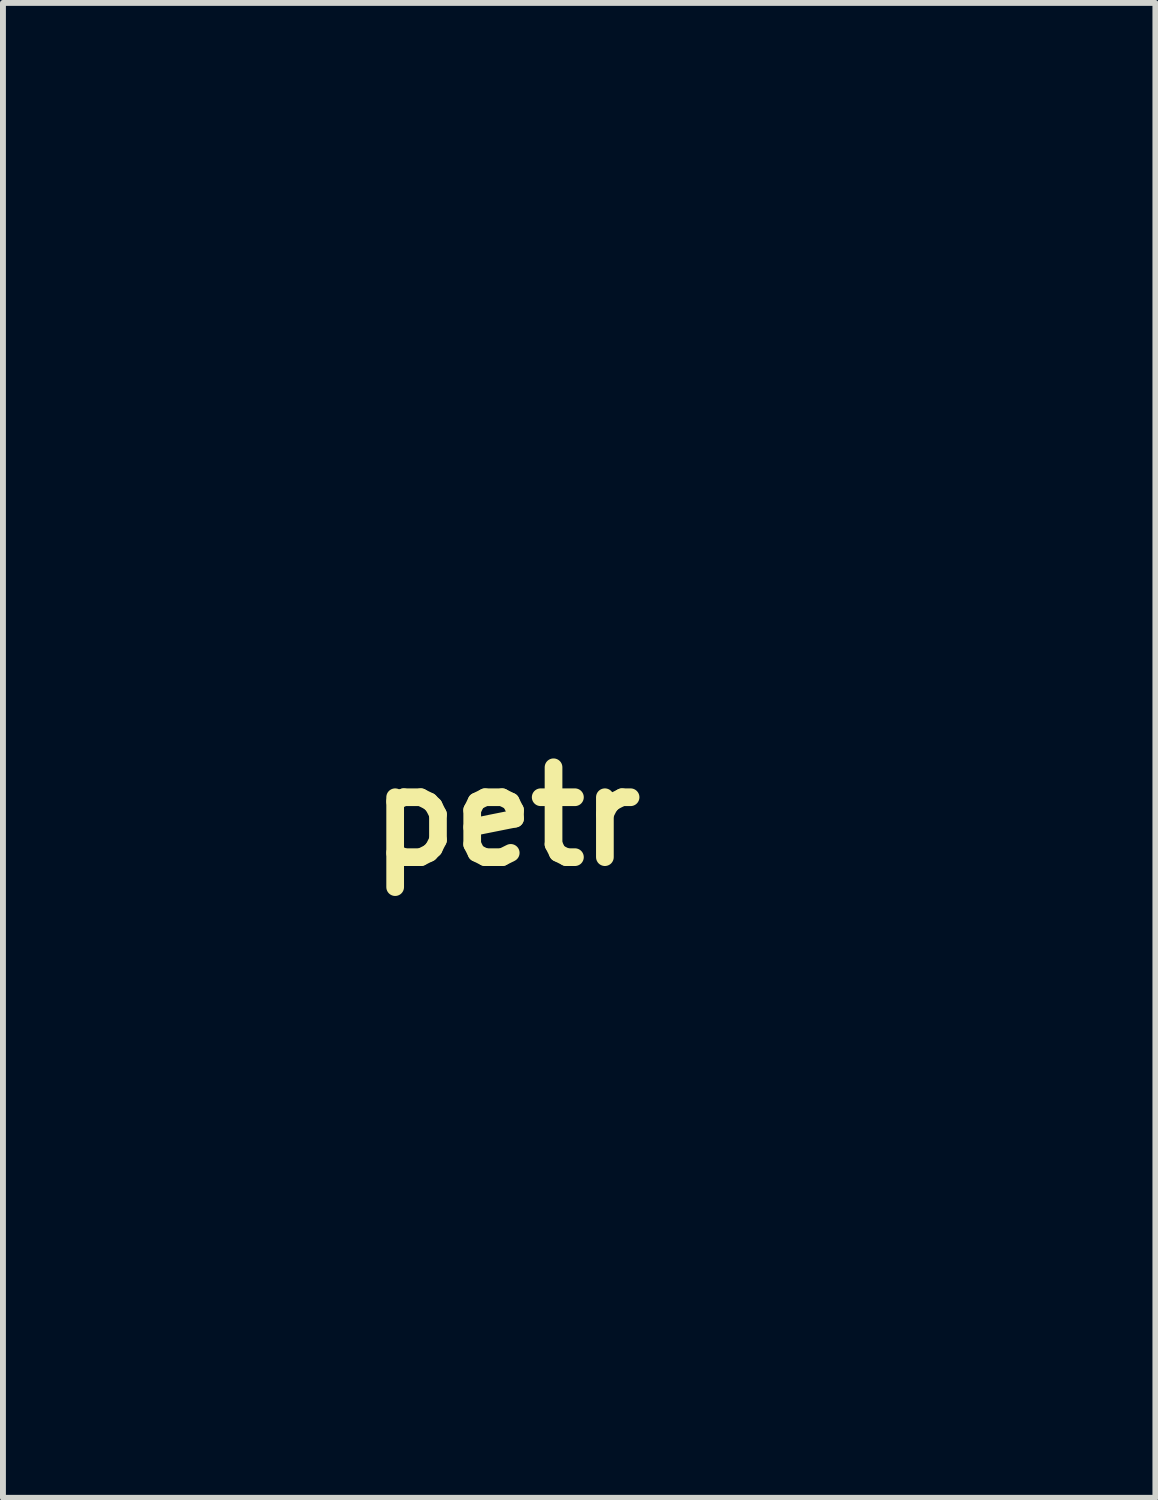
<source format=kicad_pcb>
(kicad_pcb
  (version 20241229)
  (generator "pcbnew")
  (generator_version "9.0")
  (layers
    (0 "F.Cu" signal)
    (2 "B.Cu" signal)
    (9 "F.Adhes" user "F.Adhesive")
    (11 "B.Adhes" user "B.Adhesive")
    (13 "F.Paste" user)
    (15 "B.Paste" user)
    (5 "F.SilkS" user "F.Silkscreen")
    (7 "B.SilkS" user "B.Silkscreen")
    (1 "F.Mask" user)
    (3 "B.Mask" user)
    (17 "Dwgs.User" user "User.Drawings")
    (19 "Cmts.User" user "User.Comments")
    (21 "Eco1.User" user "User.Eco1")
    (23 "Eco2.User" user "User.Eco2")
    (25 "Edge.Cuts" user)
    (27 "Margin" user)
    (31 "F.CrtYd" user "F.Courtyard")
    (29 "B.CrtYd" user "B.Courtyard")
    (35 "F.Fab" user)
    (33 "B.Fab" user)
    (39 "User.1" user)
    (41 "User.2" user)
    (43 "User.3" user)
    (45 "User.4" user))
  (footprint "petr"
    (layer "F.Cu")
    (at 5.537 10.794)
    (property "Reference" "petr" (at 0 0 0) (layer "F.SilkS") (effects (font (size 1.524 1.524) (thickness 0.3))))
    (attr through_hole)
    (fp_poly (pts (xy 1.276 -6.79) (xy 1.326 -6.761) (xy 1.415 -6.667) (xy 1.429 -6.563) (xy 1.395 -6.496) (xy 1.301 -6.44) (xy 1.191 -6.455) (xy 1.125 -6.501) (xy 1.067 -6.579) (xy 1.076 -6.65) (xy 1.107 -6.687) (xy 1.28 -6.687) (xy 1.295 -6.641) (xy 1.327 -6.609) (xy 1.346 -6.64) (xy 1.346 -6.707) (xy 1.338 -6.72) (xy 1.297 -6.729) (xy 1.28 -6.687) (xy 1.107 -6.687) (xy 1.146 -6.734) (xy 1.217 -6.792) (xy 1.276 -6.79)) (stroke (width 0.01) (type solid)) (fill yes) (layer "F.Mask"))
    (fp_poly (pts (xy -1.868 -6.712) (xy -1.8 -6.672) (xy -1.714 -6.599) (xy -1.7 -6.521) (xy -1.737 -6.432) (xy -1.814 -6.362) (xy -1.917 -6.36) (xy -2.008 -6.417) (xy -2.068 -6.511) (xy -2.054 -6.572) (xy -1.887 -6.572) (xy -1.882 -6.558) (xy -1.83 -6.537) (xy -1.817 -6.543) (xy -1.796 -6.594) (xy -1.801 -6.608) (xy -1.853 -6.629) (xy -1.866 -6.623) (xy -1.887 -6.572) (xy -2.054 -6.572) (xy -2.047 -6.603) (xy -1.991 -6.667) (xy -1.925 -6.716) (xy -1.868 -6.712)) (stroke (width 0.01) (type solid)) (fill yes) (layer "F.Mask"))
    (fp_poly (pts (xy 4.593 1.287) (xy 4.675 1.345) (xy 4.7 1.456) (xy 4.669 1.61) (xy 4.618 1.728) (xy 4.551 1.842) (xy 4.447 1.995) (xy 4.324 2.165) (xy 4.196 2.333) (xy 4.079 2.477) (xy 3.989 2.576) (xy 3.971 2.593) (xy 3.87 2.648) (xy 3.758 2.667) (xy 3.674 2.643) (xy 3.669 2.639) (xy 3.644 2.57) (xy 3.643 2.469) (xy 3.664 2.379) (xy 3.687 2.347) (xy 3.74 2.295) (xy 3.826 2.19) (xy 3.931 2.051) (xy 4.044 1.895) (xy 4.149 1.742) (xy 4.235 1.61) (xy 4.288 1.517) (xy 4.292 1.507) (xy 4.381 1.356) (xy 4.488 1.286) (xy 4.593 1.287)) (stroke (width 0.01) (type solid)) (fill yes) (layer "F.Mask"))
    (fp_poly (pts (xy 0.51 -8.433) (xy 0.573 -8.336) (xy 0.573 -8.334) (xy 0.618 -8.273) (xy 0.671 -8.277) (xy 0.751 -8.301) (xy 0.879 -8.333) (xy 0.963 -8.352) (xy 1.1 -8.377) (xy 1.182 -8.375) (xy 1.238 -8.347) (xy 1.255 -8.331) (xy 1.304 -8.231) (xy 1.278 -8.115) (xy 1.181 -7.995) (xy 1.096 -7.93) (xy 0.983 -7.862) (xy 0.909 -7.843) (xy 0.846 -7.864) (xy 0.845 -7.866) (xy 0.734 -7.889) (xy 0.598 -7.852) (xy 0.461 -7.763) (xy 0.453 -7.757) (xy 0.386 -7.713) (xy 0.308 -7.717) (xy 0.241 -7.739) (xy 0.149 -7.767) (xy 0.086 -7.752) (xy 0.017 -7.683) (xy 0 -7.663) (xy -0.111 -7.567) (xy -0.219 -7.538) (xy -0.309 -7.578) (xy -0.337 -7.617) (xy -0.368 -7.687) (xy -0.371 -7.75) (xy -0.337 -7.822) (xy -0.259 -7.92) (xy -0.129 -8.059) (xy -0.116 -8.072) (xy 0.095 -8.274) (xy 0.27 -8.402) (xy 0.409 -8.455) (xy 0.51 -8.433)) (stroke (width 0.01) (type solid)) (fill yes) (layer "F.Mask"))
    (fp_poly (pts (xy 1.111 -7.348) (xy 1.229 -7.318) (xy 1.356 -7.257) (xy 1.513 -7.158) (xy 1.683 -7.039) (xy 1.842 -6.915) (xy 1.938 -6.805) (xy 1.982 -6.686) (xy 1.986 -6.533) (xy 1.978 -6.444) (xy 1.946 -6.295) (xy 1.875 -6.18) (xy 1.804 -6.108) (xy 1.725 -6.04) (xy 1.655 -5.998) (xy 1.569 -5.978) (xy 1.443 -5.971) (xy 1.302 -5.971) (xy 1.079 -5.981) (xy 0.887 -6.013) (xy 0.682 -6.075) (xy 0.614 -6.1) (xy 0.382 -6.199) (xy 0.224 -6.302) (xy 0.129 -6.418) (xy 0.089 -6.557) (xy 0.086 -6.625) (xy 0.091 -6.662) (xy 0.474 -6.662) (xy 0.525 -6.569) (xy 0.644 -6.487) (xy 0.816 -6.421) (xy 1.023 -6.378) (xy 1.25 -6.362) (xy 1.291 -6.363) (xy 1.587 -6.371) (xy 1.6 -6.504) (xy 1.6 -6.577) (xy 1.575 -6.637) (xy 1.508 -6.701) (xy 1.387 -6.787) (xy 1.352 -6.811) (xy 1.198 -6.907) (xy 1.078 -6.96) (xy 0.961 -6.982) (xy 0.882 -6.985) (xy 0.701 -6.958) (xy 0.564 -6.883) (xy 0.485 -6.771) (xy 0.474 -6.662) (xy 0.091 -6.662) (xy 0.115 -6.825) (xy 0.193 -7.017) (xy 0.305 -7.172) (xy 0.382 -7.233) (xy 0.51 -7.285) (xy 0.692 -7.326) (xy 0.825 -7.343) (xy 0.984 -7.354) (xy 1.111 -7.348)) (stroke (width 0.01) (type solid)) (fill yes) (layer "F.Mask"))
    (fp_poly (pts (xy -1.231 -7.276) (xy -1.145 -7.254) (xy -1.065 -7.21) (xy -0.964 -7.135) (xy -0.959 -7.132) (xy -0.779 -6.955) (xy -0.669 -6.763) (xy -0.629 -6.569) (xy -0.658 -6.384) (xy -0.754 -6.222) (xy -0.917 -6.094) (xy -1.049 -6.038) (xy -1.407 -5.947) (xy -1.784 -5.894) (xy -2.011 -5.884) (xy -2.162 -5.889) (xy -2.26 -5.91) (xy -2.335 -5.956) (xy -2.388 -6.007) (xy -2.462 -6.105) (xy -2.504 -6.221) (xy -2.508 -6.252) (xy -2.165 -6.252) (xy -1.813 -6.278) (xy -1.612 -6.299) (xy -1.412 -6.331) (xy -1.251 -6.367) (xy -1.238 -6.371) (xy -1.109 -6.415) (xy -1.042 -6.457) (xy -1.018 -6.512) (xy -1.016 -6.55) (xy -1.047 -6.661) (xy -1.124 -6.776) (xy -1.13 -6.782) (xy -1.204 -6.849) (xy -1.283 -6.884) (xy -1.395 -6.898) (xy -1.507 -6.9) (xy -1.666 -6.895) (xy -1.779 -6.87) (xy -1.882 -6.813) (xy -1.955 -6.761) (xy -2.065 -6.668) (xy -2.123 -6.586) (xy -2.147 -6.483) (xy -2.151 -6.437) (xy -2.165 -6.252) (xy -2.508 -6.252) (xy -2.525 -6.377) (xy -2.523 -6.588) (xy -2.472 -6.759) (xy -2.362 -6.909) (xy -2.182 -7.058) (xy -2.139 -7.088) (xy -2.008 -7.173) (xy -1.904 -7.225) (xy -1.796 -7.254) (xy -1.655 -7.268) (xy -1.525 -7.274) (xy -1.349 -7.28) (xy -1.231 -7.276)) (stroke (width 0.01) (type solid)) (fill yes) (layer "F.Mask"))
    (fp_poly (pts (xy -0.712 -10.787) (xy -0.581 -10.714) (xy -0.553 -10.683) (xy -0.49 -10.563) (xy -0.469 -10.408) (xy -0.491 -10.205) (xy -0.533 -10.018) (xy -0.563 -9.838) (xy -0.58 -9.592) (xy -0.584 -9.299) (xy -0.575 -8.975) (xy -0.554 -8.639) (xy -0.521 -8.308) (xy -0.504 -8.18) (xy -0.479 -7.993) (xy -0.469 -7.871) (xy -0.474 -7.795) (xy -0.494 -7.747) (xy -0.517 -7.72) (xy -0.612 -7.673) (xy -0.717 -7.685) (xy -0.798 -7.747) (xy -0.821 -7.801) (xy -0.921 -8.471) (xy -0.965 -9.087) (xy -0.952 -9.659) (xy -0.882 -10.195) (xy -0.861 -10.302) (xy -0.835 -10.422) (xy -0.962 -10.357) (xy -1.1 -10.263) (xy -1.272 -10.113) (xy -1.466 -9.921) (xy -1.669 -9.7) (xy -1.868 -9.465) (xy -2.052 -9.231) (xy -2.207 -9.011) (xy -2.321 -8.819) (xy -2.329 -8.803) (xy -2.409 -8.624) (xy -2.467 -8.455) (xy -2.499 -8.312) (xy -2.501 -8.212) (xy -2.471 -8.171) (xy -2.466 -8.171) (xy -2.402 -8.201) (xy -2.298 -8.281) (xy -2.17 -8.395) (xy -2.033 -8.529) (xy -1.902 -8.667) (xy -1.793 -8.795) (xy -1.726 -8.89) (xy -1.635 -9.028) (xy -1.559 -9.104) (xy -1.48 -9.135) (xy -1.468 -9.136) (xy -1.383 -9.141) (xy -1.32 -9.125) (xy -1.277 -9.076) (xy -1.25 -8.985) (xy -1.235 -8.841) (xy -1.229 -8.631) (xy -1.228 -8.4) (xy -1.225 -8.149) (xy -1.217 -7.947) (xy -1.205 -7.804) (xy -1.19 -7.732) (xy -1.185 -7.726) (xy -1.146 -7.659) (xy -1.157 -7.562) (xy -1.21 -7.475) (xy -1.312 -7.413) (xy -1.412 -7.435) (xy -1.421 -7.441) (xy -1.518 -7.539) (xy -1.578 -7.682) (xy -1.605 -7.883) (xy -1.609 -8.01) (xy -1.612 -8.165) (xy -1.62 -8.281) (xy -1.631 -8.337) (xy -1.634 -8.34) (xy -1.677 -8.314) (xy -1.762 -8.247) (xy -1.851 -8.171) (xy -2.099 -7.968) (xy -2.308 -7.832) (xy -2.475 -7.763) (xy -2.56 -7.756) (xy -2.68 -7.807) (xy -2.779 -7.926) (xy -2.848 -8.095) (xy -2.878 -8.297) (xy -2.878 -8.322) (xy -2.844 -8.552) (xy -2.745 -8.82) (xy -2.584 -9.12) (xy -2.369 -9.442) (xy -2.103 -9.779) (xy -1.791 -10.124) (xy -1.537 -10.377) (xy -1.296 -10.582) (xy -1.075 -10.72) (xy -0.878 -10.789) (xy -0.712 -10.787)) (stroke (width 0.01) (type solid)) (fill yes) (layer "F.Mask"))
    (fp_poly (pts (xy 3.4 -10.387) (xy 3.562 -10.312) (xy 3.661 -10.198) (xy 3.691 -10.054) (xy 3.645 -9.888) (xy 3.588 -9.794) (xy 3.512 -9.692) (xy 3.409 -9.553) (xy 3.307 -9.419) (xy 3.125 -9.141) (xy 2.941 -8.784) (xy 2.76 -8.357) (xy 2.644 -8.043) (xy 2.539 -7.771) (xy 2.441 -7.582) (xy 2.35 -7.476) (xy 2.284 -7.451) (xy 2.23 -7.477) (xy 2.183 -7.517) (xy 2.144 -7.565) (xy 2.125 -7.621) (xy 2.129 -7.699) (xy 2.158 -7.815) (xy 2.214 -7.985) (xy 2.267 -8.135) (xy 2.451 -8.614) (xy 2.631 -9.019) (xy 2.812 -9.357) (xy 2.998 -9.637) (xy 3.121 -9.79) (xy 3.201 -9.89) (xy 3.251 -9.967) (xy 3.26 -9.991) (xy 3.223 -10.024) (xy 3.122 -10.025) (xy 2.967 -9.999) (xy 2.771 -9.95) (xy 2.546 -9.881) (xy 2.302 -9.796) (xy 2.053 -9.7) (xy 1.809 -9.597) (xy 1.582 -9.491) (xy 1.385 -9.385) (xy 1.25 -9.299) (xy 1.1 -9.181) (xy 0.971 -9.057) (xy 0.875 -8.941) (xy 0.825 -8.849) (xy 0.826 -8.804) (xy 0.874 -8.798) (xy 0.982 -8.81) (xy 1.128 -8.835) (xy 1.291 -8.869) (xy 1.449 -8.908) (xy 1.582 -8.947) (xy 1.66 -8.979) (xy 1.769 -9.045) (xy 1.858 -9.108) (xy 1.991 -9.172) (xy 2.132 -9.18) (xy 2.249 -9.131) (xy 2.262 -9.12) (xy 2.32 -9.018) (xy 2.318 -8.913) (xy 2.289 -8.867) (xy 2.241 -8.798) (xy 2.17 -8.673) (xy 2.085 -8.512) (xy 1.996 -8.332) (xy 1.912 -8.153) (xy 1.841 -7.994) (xy 1.794 -7.873) (xy 1.778 -7.812) (xy 1.745 -7.694) (xy 1.663 -7.606) (xy 1.572 -7.578) (xy 1.467 -7.611) (xy 1.408 -7.705) (xy 1.397 -7.847) (xy 1.433 -8.026) (xy 1.517 -8.231) (xy 1.544 -8.283) (xy 1.611 -8.413) (xy 1.65 -8.508) (xy 1.655 -8.551) (xy 1.653 -8.551) (xy 1.594 -8.543) (xy 1.479 -8.52) (xy 1.347 -8.491) (xy 1.161 -8.453) (xy 0.967 -8.419) (xy 0.859 -8.403) (xy 0.723 -8.39) (xy 0.637 -8.402) (xy 0.568 -8.447) (xy 0.531 -8.482) (xy 0.439 -8.628) (xy 0.421 -8.8) (xy 0.473 -8.99) (xy 0.592 -9.192) (xy 0.774 -9.396) (xy 1.014 -9.597) (xy 1.113 -9.665) (xy 1.306 -9.778) (xy 1.551 -9.898) (xy 1.83 -10.019) (xy 2.126 -10.134) (xy 2.421 -10.237) (xy 2.698 -10.322) (xy 2.941 -10.382) (xy 3.131 -10.412) (xy 3.179 -10.414) (xy 3.4 -10.387)) (stroke (width 0.01) (type solid)) (fill yes) (layer "F.Mask"))
    (fp_poly (pts (xy 2.994 -6.393) (xy 3.094 -6.266) (xy 3.202 -6.056) (xy 3.243 -5.957) (xy 3.34 -5.755) (xy 3.459 -5.561) (xy 3.545 -5.449) (xy 3.651 -5.319) (xy 3.707 -5.215) (xy 3.725 -5.109) (xy 3.725 -5.083) (xy 3.692 -4.904) (xy 3.593 -4.777) (xy 3.433 -4.708) (xy 3.413 -4.704) (xy 3.254 -4.678) (xy 3.362 -4.53) (xy 3.491 -4.336) (xy 3.561 -4.179) (xy 3.578 -4.041) (xy 3.558 -3.927) (xy 3.502 -3.806) (xy 3.411 -3.73) (xy 3.269 -3.692) (xy 3.088 -3.683) (xy 2.963 -3.68) (xy 2.902 -3.663) (xy 2.881 -3.617) (xy 2.879 -3.556) (xy 2.879 -3.429) (xy 3.186 -3.428) (xy 3.387 -3.419) (xy 3.6 -3.394) (xy 3.747 -3.366) (xy 3.889 -3.334) (xy 4.002 -3.311) (xy 4.052 -3.304) (xy 4.087 -3.339) (xy 4.151 -3.439) (xy 4.24 -3.591) (xy 4.345 -3.785) (xy 4.46 -4.007) (xy 4.462 -4.011) (xy 4.64 -4.356) (xy 4.795 -4.632) (xy 4.933 -4.848) (xy 5.065 -5.014) (xy 5.198 -5.139) (xy 5.341 -5.232) (xy 5.502 -5.303) (xy 5.687 -5.359) (xy 5.942 -5.409) (xy 6.174 -5.408) (xy 6.417 -5.354) (xy 6.593 -5.29) (xy 6.921 -5.135) (xy 7.185 -4.953) (xy 7.403 -4.73) (xy 7.487 -4.617) (xy 7.624 -4.414) (xy 7.732 -4.225) (xy 7.816 -4.037) (xy 7.879 -3.836) (xy 7.924 -3.608) (xy 7.955 -3.339) (xy 7.975 -3.016) (xy 7.988 -2.624) (xy 7.989 -2.553) (xy 7.996 -2.229) (xy 7.998 -1.974) (xy 7.996 -1.773) (xy 7.989 -1.611) (xy 7.977 -1.471) (xy 7.957 -1.339) (xy 7.93 -1.2) (xy 7.918 -1.141) (xy 7.803 -0.661) (xy 7.671 -0.207) (xy 7.525 0.21) (xy 7.371 0.578) (xy 7.213 0.884) (xy 7.066 1.105) (xy 6.989 1.219) (xy 6.963 1.319) (xy 6.971 1.409) (xy 6.961 1.6) (xy 6.878 1.793) (xy 6.731 1.976) (xy 6.532 2.139) (xy 6.291 2.271) (xy 6.052 2.353) (xy 5.796 2.397) (xy 5.589 2.382) (xy 5.417 2.304) (xy 5.318 2.219) (xy 5.179 2.076) (xy 5.086 2.242) (xy 4.997 2.372) (xy 4.888 2.492) (xy 4.779 2.582) (xy 4.691 2.624) (xy 4.681 2.625) (xy 4.609 2.592) (xy 4.534 2.519) (xy 4.49 2.44) (xy 4.487 2.423) (xy 4.514 2.365) (xy 4.581 2.276) (xy 4.616 2.236) (xy 4.717 2.101) (xy 4.826 1.914) (xy 4.93 1.706) (xy 4.97 1.609) (xy 5.48 1.609) (xy 5.486 1.779) (xy 5.552 1.917) (xy 5.664 2.007) (xy 5.779 2.032) (xy 5.923 2.015) (xy 6.072 1.972) (xy 6.084 1.968) (xy 6.237 1.887) (xy 6.385 1.783) (xy 6.507 1.671) (xy 6.585 1.568) (xy 6.604 1.508) (xy 6.577 1.422) (xy 6.509 1.308) (xy 6.455 1.238) (xy 6.368 1.141) (xy 6.299 1.091) (xy 6.217 1.077) (xy 6.087 1.085) (xy 6.064 1.087) (xy 5.895 1.107) (xy 5.733 1.134) (xy 5.662 1.149) (xy 5.558 1.183) (xy 5.513 1.233) (xy 5.503 1.325) (xy 5.496 1.467) (xy 5.48 1.609) (xy 4.97 1.609) (xy 5.013 1.506) (xy 5.059 1.347) (xy 5.065 1.199) (xy 5.021 1.094) (xy 4.973 0.971) (xy 4.953 0.788) (xy 4.953 0.761) (xy 5.343 0.761) (xy 5.344 0.79) (xy 5.415 0.797) (xy 5.493 0.786) (xy 5.603 0.77) (xy 5.77 0.752) (xy 5.97 0.733) (xy 6.101 0.723) (xy 6.334 0.703) (xy 6.493 0.682) (xy 6.59 0.658) (xy 6.637 0.628) (xy 6.646 0.601) (xy 6.607 0.589) (xy 6.503 0.585) (xy 6.351 0.589) (xy 6.171 0.6) (xy 5.98 0.615) (xy 5.797 0.634) (xy 5.641 0.655) (xy 5.535 0.677) (xy 5.408 0.72) (xy 5.343 0.761) (xy 4.953 0.761) (xy 4.953 0.756) (xy 4.958 0.61) (xy 4.981 0.52) (xy 5.03 0.455) (xy 5.065 0.426) (xy 5.157 0.366) (xy 5.229 0.339) (xy 5.232 0.339) (xy 5.281 0.301) (xy 5.312 0.204) (xy 5.322 0.071) (xy 5.309 -0.073) (xy 5.292 -0.142) (xy 5.23 -0.31) (xy 5.134 -0.523) (xy 5.016 -0.757) (xy 4.889 -0.986) (xy 4.8 -1.132) (xy 4.713 -1.251) (xy 4.583 -1.408) (xy 4.428 -1.582) (xy 4.273 -1.745) (xy 3.888 -2.136) (xy 3.733 -1.946) (xy 3.626 -1.82) (xy 3.524 -1.704) (xy 3.476 -1.654) (xy 3.443 -1.618) (xy 3.418 -1.58) (xy 3.4 -1.528) (xy 3.389 -1.45) (xy 3.382 -1.335) (xy 3.38 -1.17) (xy 3.381 -0.945) (xy 3.383 -0.647) (xy 3.383 -0.636) (xy 3.384 -0.258) (xy 3.379 0.052) (xy 3.367 0.309) (xy 3.347 0.529) (xy 3.323 0.7) (xy 3.277 0.996) (xy 3.239 1.278) (xy 3.209 1.533) (xy 3.188 1.751) (xy 3.178 1.919) (xy 3.179 2.027) (xy 3.194 2.062) (xy 3.194 2.062) (xy 3.237 2.023) (xy 3.311 1.93) (xy 3.401 1.803) (xy 3.418 1.778) (xy 3.536 1.602) (xy 3.621 1.489) (xy 3.685 1.427) (xy 3.74 1.406) (xy 3.797 1.417) (xy 3.83 1.431) (xy 3.909 1.491) (xy 3.932 1.58) (xy 3.898 1.709) (xy 3.809 1.886) (xy 3.715 2.039) (xy 3.616 2.169) (xy 3.497 2.294) (xy 3.341 2.431) (xy 3.132 2.594) (xy 3.102 2.617) (xy 2.938 2.748) (xy 2.785 2.88) (xy 2.666 2.995) (xy 2.624 3.042) (xy 2.504 3.173) (xy 2.364 3.299) (xy 2.328 3.327) (xy 2.23 3.412) (xy 2.169 3.49) (xy 2.16 3.519) (xy 2.179 3.586) (xy 2.229 3.705) (xy 2.303 3.858) (xy 2.347 3.943) (xy 2.495 4.266) (xy 2.576 4.553) (xy 2.58 4.572) (xy 2.607 4.814) (xy 2.621 5.095) (xy 2.622 5.389) (xy 2.611 5.671) (xy 2.587 5.916) (xy 2.559 6.066) (xy 2.524 6.218) (xy 2.514 6.32) (xy 2.529 6.406) (xy 2.558 6.485) (xy 2.61 6.591) (xy 2.657 6.66) (xy 2.666 6.667) (xy 2.695 6.724) (xy 2.709 6.826) (xy 2.709 6.839) (xy 2.709 6.899) (xy 2.715 6.942) (xy 2.741 6.969) (xy 2.799 6.985) (xy 2.901 6.991) (xy 3.06 6.991) (xy 3.288 6.987) (xy 3.355 6.986) (xy 3.572 6.983) (xy 3.725 6.987) (xy 3.833 6.999) (xy 3.916 7.023) (xy 3.996 7.062) (xy 4.033 7.083) (xy 4.214 7.201) (xy 4.33 7.312) (xy 4.395 7.439) (xy 4.421 7.605) (xy 4.424 7.726) (xy 4.412 7.939) (xy 4.369 8.097) (xy 4.279 8.221) (xy 4.131 8.331) (xy 3.981 8.414) (xy 3.871 8.469) (xy 3.78 8.507) (xy 3.689 8.53) (xy 3.578 8.543) (xy 3.428 8.547) (xy 3.219 8.547) (xy 3.137 8.546) (xy 2.898 8.541) (xy 2.665 8.533) (xy 2.464 8.522) (xy 2.319 8.509) (xy 2.312 8.508) (xy 2.126 8.47) (xy 1.925 8.408) (xy 1.825 8.367) (xy 1.665 8.295) (xy 1.508 8.228) (xy 1.427 8.194) (xy 1.317 8.132) (xy 1.235 8.038) (xy 1.181 7.904) (xy 1.152 7.722) (xy 1.149 7.55) (xy 1.531 7.55) (xy 1.532 7.681) (xy 1.54 7.764) (xy 1.582 7.845) (xy 1.632 7.874) (xy 1.703 7.892) (xy 1.819 7.94) (xy 1.917 7.986) (xy 2.062 8.05) (xy 2.221 8.097) (xy 2.409 8.13) (xy 2.642 8.15) (xy 2.936 8.161) (xy 3.111 8.164) (xy 3.347 8.163) (xy 3.518 8.156) (xy 3.644 8.138) (xy 3.745 8.109) (xy 3.796 8.088) (xy 3.957 7.988) (xy 4.041 7.863) (xy 4.057 7.703) (xy 4.056 7.696) (xy 4.002 7.551) (xy 3.877 7.445) (xy 3.685 7.38) (xy 3.429 7.357) (xy 3.179 7.371) (xy 2.929 7.382) (xy 2.65 7.367) (xy 2.365 7.331) (xy 2.098 7.277) (xy 1.872 7.21) (xy 1.741 7.15) (xy 1.646 7.101) (xy 1.588 7.081) (xy 1.581 7.083) (xy 1.564 7.139) (xy 1.549 7.252) (xy 1.538 7.398) (xy 1.531 7.55) (xy 1.149 7.55) (xy 1.148 7.482) (xy 1.166 7.177) (xy 1.203 6.829) (xy 1.235 6.594) (xy 1.238 6.579) (xy 1.611 6.579) (xy 1.634 6.625) (xy 1.72 6.693) (xy 1.863 6.777) (xy 1.864 6.778) (xy 2.023 6.851) (xy 2.157 6.893) (xy 2.25 6.899) (xy 2.286 6.867) (xy 2.286 6.866) (xy 2.249 6.806) (xy 2.152 6.735) (xy 2.018 6.665) (xy 1.87 6.606) (xy 1.729 6.569) (xy 1.658 6.562) (xy 1.611 6.579) (xy 1.238 6.579) (xy 1.268 6.428) (xy 1.306 6.315) (xy 1.349 6.241) (xy 1.383 6.193) (xy 1.406 6.138) (xy 1.423 6.062) (xy 1.432 5.951) (xy 1.437 5.79) (xy 1.439 5.566) (xy 1.439 5.416) (xy 1.436 5.081) (xy 1.424 4.813) (xy 1.401 4.595) (xy 1.364 4.409) (xy 1.31 4.239) (xy 1.237 4.067) (xy 1.21 4.011) (xy 1.103 3.794) (xy 1.545 3.794) (xy 1.549 3.805) (xy 1.63 3.998) (xy 1.692 4.164) (xy 1.737 4.32) (xy 1.768 4.483) (xy 1.788 4.671) (xy 1.801 4.902) (xy 1.809 5.193) (xy 1.812 5.326) (xy 1.817 5.616) (xy 1.822 5.833) (xy 1.83 5.988) (xy 1.839 6.093) (xy 1.853 6.158) (xy 1.873 6.194) (xy 1.9 6.215) (xy 1.919 6.223) (xy 2.029 6.252) (xy 2.105 6.223) (xy 2.16 6.126) (xy 2.19 6.032) (xy 2.216 5.886) (xy 2.232 5.681) (xy 2.236 5.407) (xy 2.233 5.179) (xy 2.219 4.537) (xy 2.043 4.184) (xy 1.939 3.978) (xy 1.862 3.836) (xy 1.802 3.75) (xy 1.751 3.706) (xy 1.699 3.696) (xy 1.636 3.706) (xy 1.554 3.741) (xy 1.545 3.794) (xy 1.103 3.794) (xy 1.079 3.747) (xy 0.576 3.717) (xy 0.267 3.695) (xy 0.018 3.666) (xy -0.193 3.625) (xy -0.39 3.568) (xy -0.596 3.49) (xy -0.677 3.456) (xy -0.837 3.387) (xy -0.943 3.35) (xy -1.017 3.34) (xy -1.082 3.354) (xy -1.147 3.382) (xy -1.211 3.421) (xy -1.272 3.481) (xy -1.34 3.574) (xy -1.423 3.714) (xy -1.53 3.914) (xy -1.576 4.001) (xy -1.79 4.444) (xy -1.951 4.845) (xy -2.065 5.222) (xy -2.138 5.593) (xy -2.162 5.795) (xy -2.181 5.987) (xy -2.2 6.153) (xy -2.217 6.271) (xy -2.225 6.315) (xy -2.223 6.388) (xy -2.204 6.412) (xy -2.133 6.494) (xy -2.076 6.628) (xy -2.045 6.779) (xy -2.046 6.889) (xy -2.104 7.272) (xy -2.157 7.58) (xy -2.208 7.822) (xy -2.262 8.007) (xy -2.32 8.144) (xy -2.386 8.243) (xy -2.463 8.312) (xy -2.554 8.36) (xy -2.555 8.36) (xy -2.718 8.408) (xy -2.945 8.449) (xy -3.219 8.479) (xy -3.518 8.499) (xy -3.823 8.504) (xy -3.958 8.502) (xy -4.277 8.482) (xy -4.528 8.442) (xy -4.727 8.374) (xy -4.892 8.273) (xy -5.037 8.132) (xy -5.085 8.075) (xy -5.18 7.943) (xy -5.23 7.837) (xy -5.248 7.721) (xy -5.248 7.709) (xy -4.856 7.709) (xy -4.789 7.837) (xy -4.658 7.956) (xy -4.469 8.056) (xy -4.389 8.085) (xy -4.226 8.127) (xy -4.044 8.15) (xy -3.828 8.152) (xy -3.564 8.134) (xy -3.238 8.097) (xy -3.111 8.08) (xy -2.943 8.053) (xy -2.8 8.024) (xy -2.71 7.999) (xy -2.7 7.995) (xy -2.636 7.919) (xy -2.58 7.763) (xy -2.532 7.523) (xy -2.524 7.469) (xy -2.499 7.297) (xy -2.996 7.243) (xy -3.274 7.215) (xy -3.489 7.197) (xy -3.665 7.191) (xy -3.822 7.195) (xy -3.981 7.21) (xy -4.166 7.235) (xy -4.378 7.272) (xy -4.529 7.312) (xy -4.644 7.364) (xy -4.744 7.438) (xy -4.773 7.463) (xy -4.853 7.581) (xy -4.856 7.709) (xy -5.248 7.709) (xy -5.249 7.656) (xy -5.241 7.496) (xy -5.205 7.376) (xy -5.128 7.27) (xy -4.997 7.151) (xy -4.954 7.117) (xy -4.803 7.013) (xy -4.652 6.948) (xy -4.459 6.904) (xy -4.187 6.857) (xy -3.986 6.821) (xy -3.852 6.792) (xy -3.271 6.792) (xy -3.271 6.795) (xy -3.228 6.823) (xy -3.124 6.849) (xy -2.982 6.871) (xy -2.824 6.886) (xy -2.671 6.894) (xy -2.545 6.891) (xy -2.469 6.877) (xy -2.455 6.863) (xy -2.484 6.807) (xy -2.515 6.777) (xy -2.579 6.755) (xy -2.695 6.743) (xy -2.841 6.738) (xy -2.994 6.742) (xy -3.131 6.752) (xy -3.231 6.769) (xy -3.271 6.792) (xy -3.852 6.792) (xy -3.845 6.79) (xy -3.751 6.762) (xy -3.693 6.732) (xy -3.657 6.695) (xy -3.632 6.649) (xy -3.621 6.622) (xy -3.559 6.515) (xy -3.485 6.442) (xy -3.48 6.44) (xy -3.443 6.409) (xy -3.416 6.355) (xy -3.414 6.345) (xy -3.017 6.345) (xy -2.832 6.358) (xy -2.712 6.362) (xy -2.632 6.355) (xy -2.618 6.35) (xy -2.604 6.302) (xy -2.585 6.187) (xy -2.565 6.021) (xy -2.545 5.822) (xy -2.544 5.812) (xy -2.504 5.482) (xy -2.448 5.174) (xy -2.388 4.944) (xy -2.321 4.754) (xy -2.224 4.516) (xy -2.107 4.251) (xy -1.98 3.978) (xy -1.852 3.718) (xy -1.733 3.49) (xy -1.631 3.315) (xy -1.601 3.27) (xy -1.536 3.176) (xy -1.506 3.113) (xy -1.517 3.062) (xy -1.576 3.003) (xy -1.692 2.916) (xy -1.742 2.878) (xy -1.854 2.794) (xy -2.103 3.186) (xy -2.31 3.529) (xy -2.469 3.84) (xy -2.59 4.144) (xy -2.686 4.469) (xy -2.734 4.678) (xy -2.781 4.879) (xy -2.837 5.094) (xy -2.878 5.236) (xy -2.918 5.4) (xy -2.954 5.611) (xy -2.981 5.835) (xy -2.988 5.922) (xy -3.017 6.345) (xy -3.414 6.345) (xy -3.397 6.262) (xy -3.381 6.114) (xy -3.367 5.919) (xy -3.347 5.695) (xy -3.316 5.471) (xy -3.281 5.28) (xy -3.258 5.187) (xy -3.211 5.023) (xy -3.157 4.814) (xy -3.105 4.6) (xy -3.094 4.551) (xy -2.966 4.081) (xy -2.796 3.645) (xy -2.572 3.216) (xy -2.371 2.896) (xy -2.123 2.526) (xy -2.223 2.396) (xy -2.372 2.148) (xy -2.501 1.831) (xy -2.606 1.457) (xy -2.683 1.039) (xy -2.73 0.59) (xy -2.738 0.423) (xy -2.74 0.191) (xy -2.37 0.191) (xy -2.339 0.788) (xy -2.245 1.335) (xy -2.095 1.821) (xy -2.032 1.971) (xy -1.961 2.093) (xy -1.866 2.212) (xy -1.729 2.351) (xy -1.663 2.414) (xy -1.482 2.577) (xy -1.323 2.705) (xy -1.163 2.811) (xy -0.979 2.911) (xy -0.75 3.017) (xy -0.593 3.085) (xy -0.369 3.173) (xy -0.16 3.238) (xy 0.055 3.284) (xy 0.296 3.314) (xy 0.581 3.331) (xy 0.93 3.338) (xy 0.953 3.338) (xy 1.201 3.338) (xy 1.383 3.333) (xy 1.515 3.321) (xy 1.617 3.301) (xy 1.705 3.269) (xy 1.729 3.259) (xy 1.996 3.104) (xy 2.244 2.887) (xy 2.457 2.636) (xy 2.601 2.42) (xy 2.702 2.2) (xy 2.769 1.95) (xy 2.812 1.644) (xy 2.815 1.609) (xy 2.834 1.433) (xy 2.863 1.207) (xy 2.897 0.962) (xy 2.925 0.783) (xy 2.96 0.528) (xy 2.984 0.261) (xy 2.999 -0.04) (xy 3.005 -0.396) (xy 3.006 -0.566) (xy 3.006 -1.407) (xy 2.89 -1.331) (xy 2.813 -1.286) (xy 2.677 -1.211) (xy 2.497 -1.116) (xy 2.291 -1.008) (xy 2.181 -0.952) (xy 1.962 -0.839) (xy 1.756 -0.733) (xy 1.581 -0.642) (xy 1.455 -0.576) (xy 1.418 -0.557) (xy 1.278 -0.488) (xy 1.104 -0.413) (xy 0.918 -0.34) (xy 0.743 -0.277) (xy 0.599 -0.231) (xy 0.509 -0.212) (xy 0.503 -0.212) (xy 0.404 -0.234) (xy 0.327 -0.272) (xy 0.25 -0.308) (xy 0.117 -0.361) (xy -0.055 -0.423) (xy -0.243 -0.488) (xy -0.427 -0.548) (xy -0.588 -0.597) (xy -0.704 -0.628) (xy -0.748 -0.635) (xy -0.812 -0.647) (xy -0.936 -0.68) (xy -1.098 -0.729) (xy -1.197 -0.76) (xy -1.551 -0.872) (xy -1.838 -0.961) (xy -2.056 -1.027) (xy -2.202 -1.067) (xy -2.271 -1.082) (xy -2.277 -1.081) (xy -2.293 -1.027) (xy -2.31 -0.905) (xy -2.328 -0.731) (xy -2.343 -0.522) (xy -2.356 -0.294) (xy -2.366 -0.064) (xy -2.37 0.151) (xy -2.37 0.191) (xy -2.74 0.191) (xy -2.743 -0.152) (xy -2.71 -0.671) (xy -2.637 -1.158) (xy -2.52 -1.634) (xy -2.475 -1.782) (xy -2.469 -1.83) (xy -2.503 -1.854) (xy -2.595 -1.862) (xy -2.659 -1.863) (xy -2.963 -1.824) (xy -3.254 -1.714) (xy -3.512 -1.543) (xy -3.718 -1.323) (xy -3.761 -1.258) (xy -3.811 -1.152) (xy -3.873 -0.989) (xy -3.938 -0.79) (xy -4.001 -0.58) (xy -4.054 -0.38) (xy -4.092 -0.212) (xy -4.106 -0.101) (xy -4.106 -0.099) (xy -4.072 0.025) (xy -4.017 0.078) (xy -3.965 0.121) (xy -3.942 0.184) (xy -3.941 0.293) (xy -3.947 0.37) (xy -3.944 0.596) (xy -3.905 0.73) (xy -3.863 0.881) (xy -3.859 1.101) (xy -3.86 1.125) (xy -3.876 1.284) (xy -3.905 1.392) (xy -3.962 1.482) (xy -4.024 1.55) (xy -4.181 1.691) (xy -4.349 1.785) (xy -4.548 1.839) (xy -4.8 1.86) (xy -4.894 1.862) (xy -5.155 1.85) (xy -5.341 1.807) (xy -5.459 1.725) (xy -5.516 1.596) (xy -5.518 1.454) (xy -5.164 1.454) (xy -5.125 1.469) (xy -5.022 1.477) (xy -4.872 1.478) (xy -4.808 1.475) (xy -4.625 1.465) (xy -4.503 1.447) (xy -4.42 1.416) (xy -4.353 1.367) (xy -4.343 1.358) (xy -4.272 1.273) (xy -4.24 1.172) (xy -4.233 1.046) (xy -4.233 0.836) (xy -4.434 0.863) (xy -4.606 0.891) (xy -4.791 0.93) (xy -4.845 0.942) (xy -4.969 0.978) (xy -5.038 1.022) (xy -5.079 1.1) (xy -5.108 1.206) (xy -5.14 1.334) (xy -5.16 1.427) (xy -5.164 1.454) (xy -5.518 1.454) (xy -5.519 1.413) (xy -5.479 1.186) (xy -5.445 1.025) (xy -5.433 0.915) (xy -5.443 0.825) (xy -5.475 0.724) (xy -5.484 0.701) (xy -5.532 0.485) (xy -5.53 0.472) (xy -5.16 0.472) (xy -5.149 0.53) (xy -5.149 0.531) (xy -5.107 0.57) (xy -5.018 0.582) (xy -4.871 0.566) (xy -4.658 0.522) (xy -4.551 0.496) (xy -4.429 0.456) (xy -4.346 0.41) (xy -4.327 0.388) (xy -4.333 0.362) (xy -4.382 0.349) (xy -4.485 0.348) (xy -4.657 0.358) (xy -4.705 0.361) (xy -4.916 0.38) (xy -5.055 0.402) (xy -5.132 0.431) (xy -5.16 0.472) (xy -5.53 0.472) (xy -5.504 0.299) (xy -5.399 0.146) (xy -5.333 0.093) (xy -5.241 0.018) (xy -5.184 -0.073) (xy -5.142 -0.211) (xy -5.135 -0.246) (xy -5.105 -0.427) (xy -5.085 -0.617) (xy -5.082 -0.7) (xy -5.058 -0.952) (xy -4.997 -1.221) (xy -4.909 -1.469) (xy -4.849 -1.589) (xy -4.779 -1.691) (xy -4.669 -1.835) (xy -4.536 -2) (xy -4.426 -2.129) (xy -4.103 -2.498) (xy -4.454 -2.474) (xy -4.692 -2.469) (xy -4.867 -2.5) (xy -4.998 -2.574) (xy -5.102 -2.701) (xy -5.164 -2.814) (xy -5.214 -2.932) (xy -5.24 -3.045) (xy -5.247 -3.183) (xy -5.24 -3.346) (xy -5.223 -3.542) (xy -5.189 -3.698) (xy -5.127 -3.855) (xy -5.061 -3.989) (xy -4.97 -4.156) (xy -4.878 -4.313) (xy -4.802 -4.428) (xy -4.794 -4.439) (xy -4.707 -4.528) (xy -4.56 -4.647) (xy -4.367 -4.786) (xy -4.144 -4.936) (xy -3.904 -5.087) (xy -3.662 -5.229) (xy -3.598 -5.264) (xy -3.339 -5.383) (xy -3.01 -5.501) (xy -2.628 -5.613) (xy -2.207 -5.716) (xy -1.763 -5.806) (xy -1.312 -5.881) (xy -0.868 -5.937) (xy -0.448 -5.971) (xy -0.281 -5.978) (xy -0.077 -5.982) (xy 0.059 -5.98) (xy 0.145 -5.97) (xy 0.196 -5.948) (xy 0.23 -5.913) (xy 0.239 -5.901) (xy 0.275 -5.826) (xy 0.255 -5.761) (xy 0.223 -5.719) (xy 0.185 -5.681) (xy 0.131 -5.653) (xy 0.048 -5.632) (xy -0.081 -5.615) (xy -0.269 -5.599) (xy -0.423 -5.589) (xy -0.88 -5.552) (xy -1.296 -5.501) (xy -1.703 -5.431) (xy -2.133 -5.338) (xy -2.487 -5.249) (xy -2.794 -5.165) (xy -3.048 -5.084) (xy -3.273 -4.995) (xy -3.492 -4.888) (xy -3.729 -4.753) (xy -4.006 -4.578) (xy -4.047 -4.551) (xy -4.244 -4.419) (xy -4.386 -4.312) (xy -4.492 -4.21) (xy -4.579 -4.095) (xy -4.665 -3.948) (xy -4.7 -3.882) (xy -4.794 -3.661) (xy -4.851 -3.433) (xy -4.87 -3.219) (xy -4.849 -3.038) (xy -4.793 -2.922) (xy -4.709 -2.818) (xy -4.298 -2.87) (xy -4.001 -2.922) (xy -3.657 -3.009) (xy -3.33 -3.11) (xy -3.098 -3.184) (xy -2.808 -3.271) (xy -2.479 -3.365) (xy -2.125 -3.463) (xy -1.762 -3.56) (xy -1.407 -3.653) (xy -1.076 -3.736) (xy -0.785 -3.805) (xy -0.549 -3.857) (xy -0.445 -3.877) (xy -0.19 -3.914) (xy 0.04 -3.933) (xy 0.229 -3.932) (xy 0.362 -3.913) (xy 0.415 -3.886) (xy 0.46 -3.801) (xy 0.466 -3.762) (xy 0.429 -3.652) (xy 0.319 -3.583) (xy 0.138 -3.555) (xy 0.113 -3.555) (xy -0.093 -3.539) (xy -0.377 -3.494) (xy -0.734 -3.421) (xy -1.164 -3.32) (xy -1.342 -3.275) (xy -1.816 -3.154) (xy -1.829 -3.006) (xy -1.841 -2.857) (xy -2.328 -2.832) (xy -2.673 -2.805) (xy -2.947 -2.763) (xy -3.165 -2.704) (xy -3.305 -2.644) (xy -3.446 -2.551) (xy -3.621 -2.405) (xy -3.816 -2.22) (xy -4.016 -2.013) (xy -4.208 -1.799) (xy -4.376 -1.593) (xy -4.507 -1.412) (xy -4.578 -1.286) (xy -4.617 -1.165) (xy -4.656 -0.99) (xy -4.688 -0.789) (xy -4.699 -0.693) (xy -4.721 -0.496) (xy -4.743 -0.314) (xy -4.761 -0.176) (xy -4.769 -0.131) (xy -4.781 -0.036) (xy -4.764 -0.005) (xy -4.723 -0.014) (xy -4.616 -0.039) (xy -4.574 -0.042) (xy -4.52 -0.066) (xy -4.487 -0.149) (xy -4.474 -0.222) (xy -4.441 -0.39) (xy -4.387 -0.6) (xy -4.318 -0.831) (xy -4.241 -1.061) (xy -4.164 -1.268) (xy -4.094 -1.433) (xy -4.045 -1.521) (xy -3.813 -1.783) (xy -3.525 -1.993) (xy -3.193 -2.143) (xy -2.833 -2.226) (xy -2.614 -2.241) (xy -2.449 -2.244) (xy -2.352 -2.252) (xy -2.304 -2.272) (xy -2.288 -2.309) (xy -2.286 -2.346) (xy -2.255 -2.465) (xy -2.178 -2.548) (xy -2.077 -2.58) (xy -1.977 -2.55) (xy -1.956 -2.532) (xy -1.916 -2.442) (xy -1.908 -2.308) (xy -1.932 -2.164) (xy -1.963 -2.083) (xy -2.017 -1.964) (xy -2.051 -1.873) (xy -2.08 -1.778) (xy -0.753 -1.778) (xy -0.269 -1.78) (xy 0.138 -1.786) (xy 0.48 -1.797) (xy 0.764 -1.812) (xy 0.999 -1.833) (xy 1.081 -1.843) (xy 1.332 -1.872) (xy 1.628 -1.901) (xy 1.93 -1.928) (xy 2.174 -1.946) (xy 2.388 -1.962) (xy 2.57 -1.977) (xy 2.704 -1.991) (xy 2.774 -2.002) (xy 2.78 -2.004) (xy 2.775 -2.049) (xy 2.771 -2.061) (xy 3.178 -2.061) (xy 3.192 -2.007) (xy 3.218 -1.962) (xy 3.258 -1.973) (xy 3.308 -2.016) (xy 3.397 -2.095) (xy 3.303 -2.11) (xy 3.207 -2.108) (xy 3.178 -2.061) (xy 2.771 -2.061) (xy 2.742 -2.15) (xy 2.691 -2.28) (xy 2.626 -2.437) (xy 2.594 -2.538) (xy 2.591 -2.601) (xy 2.616 -2.649) (xy 2.649 -2.685) (xy 2.756 -2.747) (xy 2.861 -2.727) (xy 2.953 -2.629) (xy 2.955 -2.625) (xy 3.027 -2.498) (xy 3.484 -2.498) (xy 3.754 -2.491) (xy 3.945 -2.471) (xy 4.056 -2.438) (xy 4.141 -2.377) (xy 4.268 -2.266) (xy 4.422 -2.119) (xy 4.589 -1.951) (xy 4.756 -1.776) (xy 4.907 -1.608) (xy 5.03 -1.462) (xy 5.097 -1.372) (xy 5.299 -1.043) (xy 5.471 -0.707) (xy 5.605 -0.381) (xy 5.693 -0.085) (xy 5.725 0.106) (xy 5.748 0.194) (xy 5.789 0.229) (xy 5.789 0.229) (xy 5.862 0.225) (xy 5.981 0.22) (xy 6.032 0.218) (xy 6.15 0.21) (xy 6.205 0.187) (xy 6.222 0.129) (xy 6.223 0.074) (xy 6.21 -0.078) (xy 6.168 -0.249) (xy 6.091 -0.454) (xy 5.975 -0.708) (xy 5.919 -0.823) (xy 5.635 -1.332) (xy 5.322 -1.788) (xy 4.985 -2.182) (xy 4.632 -2.505) (xy 4.342 -2.708) (xy 3.989 -2.889) (xy 3.641 -2.998) (xy 3.27 -3.042) (xy 3.072 -3.043) (xy 2.881 -3.041) (xy 2.751 -3.054) (xy 2.657 -3.084) (xy 2.62 -3.105) (xy 4.472 -3.105) (xy 4.474 -3.094) (xy 4.524 -3.058) (xy 4.624 -2.99) (xy 4.752 -2.904) (xy 4.755 -2.901) (xy 5.004 -2.706) (xy 5.268 -2.445) (xy 5.535 -2.134) (xy 5.795 -1.787) (xy 6.033 -1.419) (xy 6.212 -1.101) (xy 6.357 -0.808) (xy 6.463 -0.569) (xy 6.535 -0.366) (xy 6.58 -0.181) (xy 6.6 -0.046) (xy 6.617 0.088) (xy 6.641 0.161) (xy 6.69 0.195) (xy 6.778 0.214) (xy 6.786 0.215) (xy 6.904 0.244) (xy 6.987 0.283) (xy 6.996 0.29) (xy 7.055 0.333) (xy 7.074 0.339) (xy 7.098 0.301) (xy 7.14 0.198) (xy 7.196 0.046) (xy 7.257 -0.138) (xy 7.376 -0.524) (xy 7.467 -0.855) (xy 7.533 -1.155) (xy 7.577 -1.447) (xy 7.604 -1.754) (xy 7.617 -2.1) (xy 7.62 -2.417) (xy 7.615 -2.817) (xy 7.601 -3.147) (xy 7.574 -3.421) (xy 7.531 -3.653) (xy 7.472 -3.857) (xy 7.393 -4.047) (xy 7.335 -4.16) (xy 7.151 -4.433) (xy 6.922 -4.666) (xy 6.663 -4.849) (xy 6.388 -4.972) (xy 6.111 -5.028) (xy 5.955 -5.026) (xy 5.674 -4.963) (xy 5.433 -4.839) (xy 5.272 -4.694) (xy 5.215 -4.611) (xy 5.134 -4.475) (xy 5.038 -4.3) (xy 4.931 -4.099) (xy 4.822 -3.885) (xy 4.717 -3.673) (xy 4.623 -3.475) (xy 4.546 -3.306) (xy 4.494 -3.178) (xy 4.472 -3.105) (xy 2.62 -3.105) (xy 2.614 -3.108) (xy 2.56 -3.148) (xy 2.526 -3.192) (xy 2.507 -3.261) (xy 2.499 -3.373) (xy 2.498 -3.548) (xy 2.498 -3.584) (xy 2.499 -3.774) (xy 2.508 -3.9) (xy 2.526 -3.982) (xy 2.56 -4.041) (xy 2.602 -4.087) (xy 2.709 -4.171) (xy 2.803 -4.183) (xy 2.902 -4.129) (xy 3.008 -4.081) (xy 3.102 -4.065) (xy 3.219 -4.064) (xy 3.073 -4.276) (xy 2.975 -4.446) (xy 2.888 -4.644) (xy 2.824 -4.84) (xy 2.795 -5.002) (xy 2.794 -5.025) (xy 2.83 -5.128) (xy 2.922 -5.192) (xy 3.051 -5.209) (xy 3.195 -5.175) (xy 3.228 -5.159) (xy 3.272 -5.142) (xy 3.267 -5.168) (xy 3.211 -5.247) (xy 3.187 -5.277) (xy 3.129 -5.365) (xy 3.053 -5.503) (xy 2.966 -5.671) (xy 2.88 -5.849) (xy 2.803 -6.019) (xy 2.744 -6.16) (xy 2.712 -6.254) (xy 2.709 -6.273) (xy 2.742 -6.333) (xy 2.814 -6.397) (xy 2.889 -6.433) (xy 2.901 -6.435) (xy 2.994 -6.393)) (stroke (width 0.01) (type solid)) (fill yes) (layer "F.Mask")))
  (gr_rect
    (start -3 -3)
    (end 16.54 22.346)
    (stroke (width 0.1) (type default))
    (fill no)
    (layer "Edge.Cuts")))
</source>
